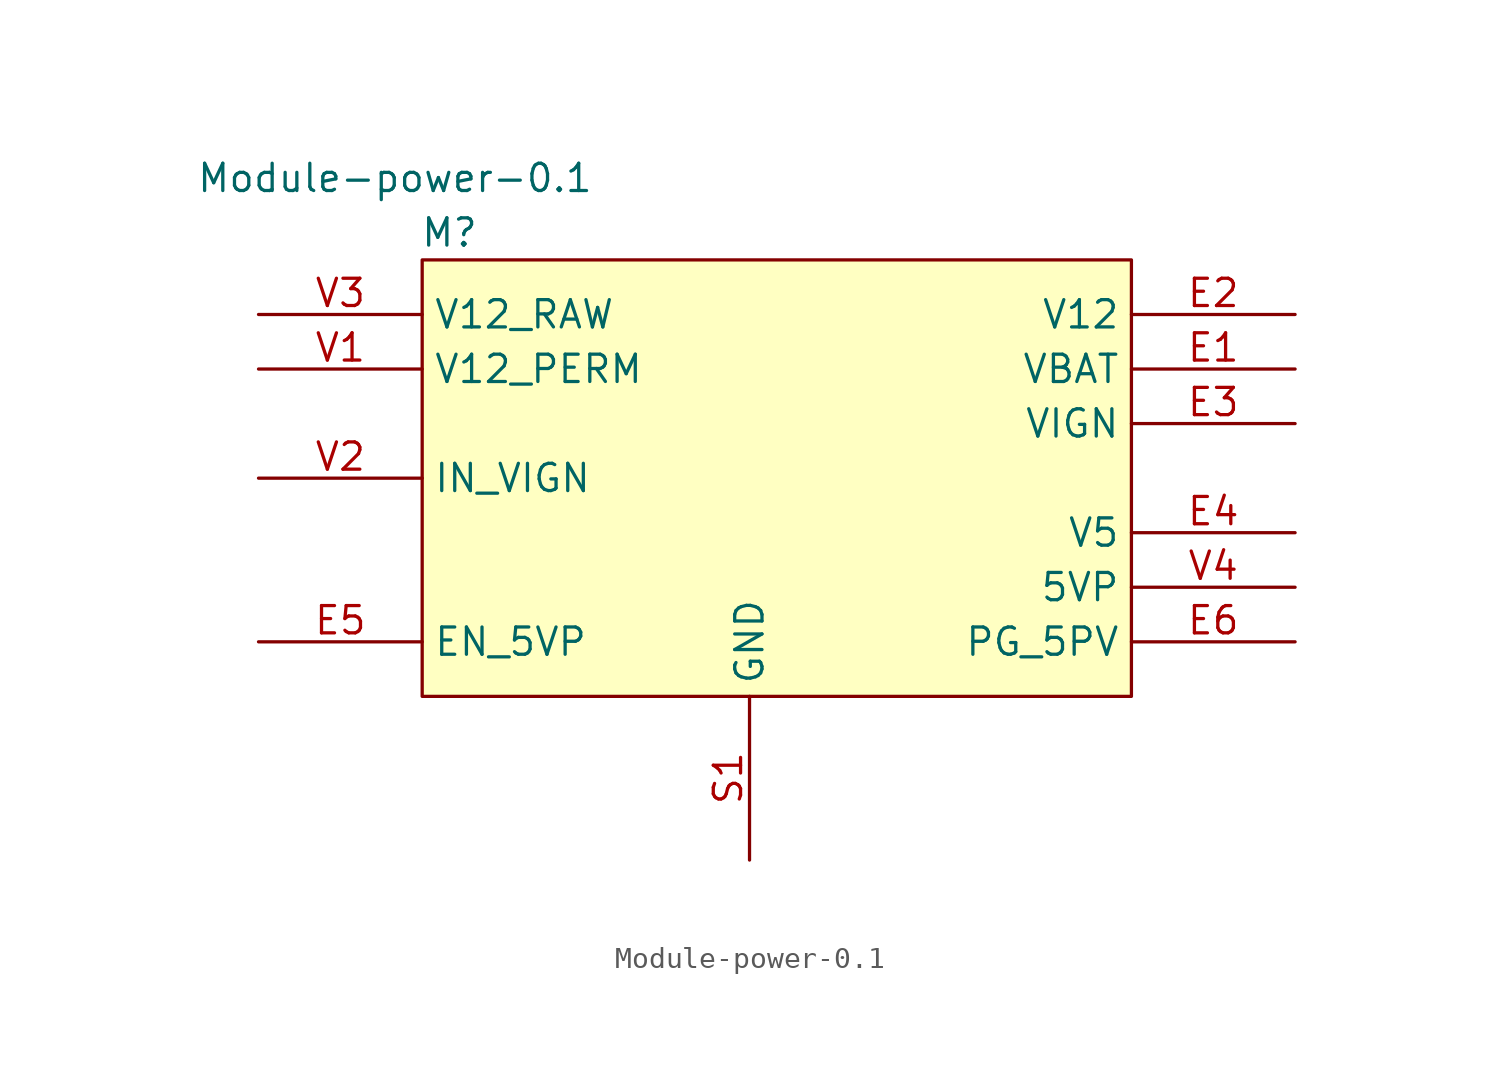
<source format=kicad_sym>
(kicad_symbol_lib
  (version 20211014)
  (generator kicad_symbol_editor)
  (symbol "Module-power-0.1"
    (property "Reference" "M"
      (at 1.27 1.27 0)
      (effects (font (size 1.27 1.27))))
    (property "Value" "Module-power-0.1"
      (at -1.27 3.81 0)
      (effects (font (size 1.27 1.27))))
    (symbol "Module-power-0.1_1_0"
      (rectangle (start 33.02 0) (end 0 -20.32) (stroke (width 0) (type default) (color 0 0 0 0)) (fill (type background)))
      (pin passive line (at 40.64 -5.08 180) (length 7.62) (name "VBAT" (effects (font (size 1.27 1.27)))) (number "E1" (effects (font (size 1.27 1.27)))))
      (pin passive line (at 40.64 -2.54 180) (length 7.62) (name "V12" (effects (font (size 1.27 1.27)))) (number "E2" (effects (font (size 1.27 1.27)))))
      (pin passive line (at 40.64 -7.62 180) (length 7.62) (name "VIGN" (effects (font (size 1.27 1.27)))) (number "E3" (effects (font (size 1.27 1.27)))))
      (pin passive line (at 40.64 -12.7 180) (length 7.62) (name "V5" (effects (font (size 1.27 1.27)))) (number "E4" (effects (font (size 1.27 1.27)))))
      (pin passive line (at -7.62 -17.78 0) (length 7.62) (name "EN_5VP" (effects (font (size 1.27 1.27)))) (number "E5" (effects (font (size 1.27 1.27)))))
      (pin passive line (at 40.64 -17.78 180) (length 7.62) (name "PG_5PV" (effects (font (size 1.27 1.27)))) (number "E6" (effects (font (size 1.27 1.27)))))
      (pin passive line (at 15.24 -27.94 90) (length 7.62) (name "GND" (effects (font (size 1.27 1.27)))) (number "S1" (effects (font (size 1.27 1.27)))))
      (pin passive line (at -7.62 -5.08 0) (length 7.62) (name "V12_PERM" (effects (font (size 1.27 1.27)))) (number "V1" (effects (font (size 1.27 1.27)))))
      (pin passive line (at -7.62 -10.16 0) (length 7.62) (name "IN_VIGN" (effects (font (size 1.27 1.27)))) (number "V2" (effects (font (size 1.27 1.27)))))
      (pin passive line (at -7.62 -2.54 0) (length 7.62) (name "V12_RAW" (effects (font (size 1.27 1.27)))) (number "V3" (effects (font (size 1.27 1.27)))))
      (pin passive line (at 40.64 -15.24 180) (length 7.62) (name "5VP" (effects (font (size 1.27 1.27)))) (number "V4" (effects (font (size 1.27 1.27))))))))
</source>
